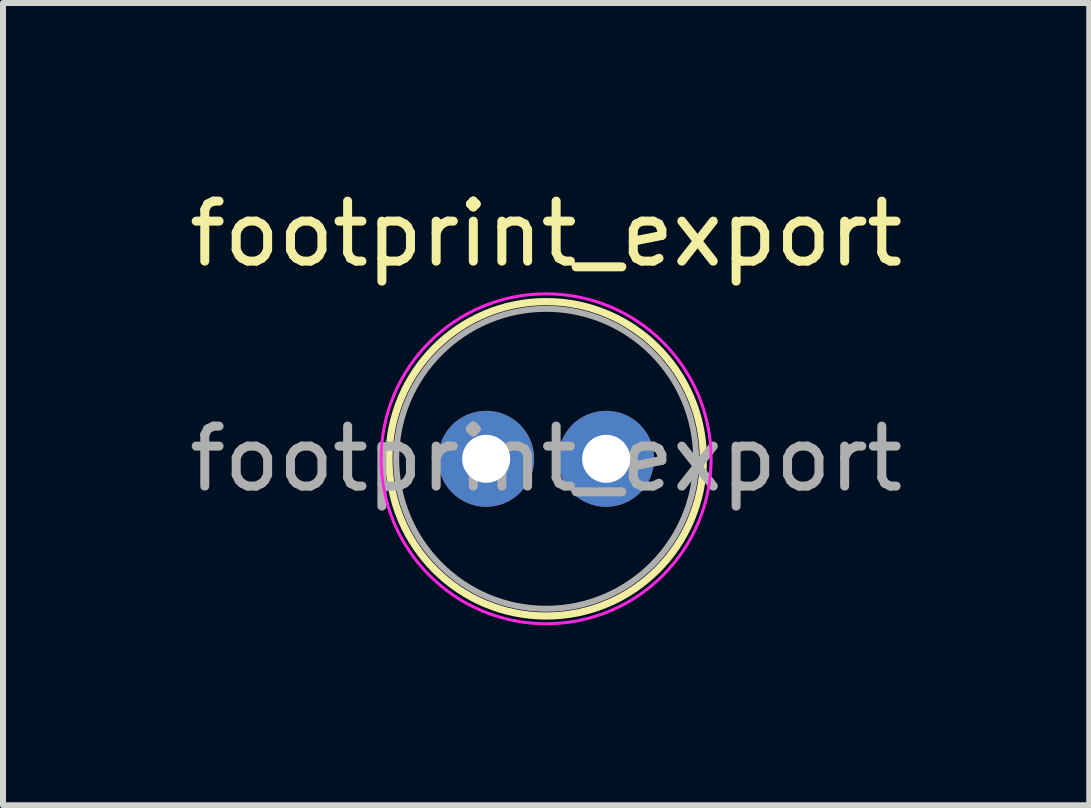
<source format=kicad_pcb>
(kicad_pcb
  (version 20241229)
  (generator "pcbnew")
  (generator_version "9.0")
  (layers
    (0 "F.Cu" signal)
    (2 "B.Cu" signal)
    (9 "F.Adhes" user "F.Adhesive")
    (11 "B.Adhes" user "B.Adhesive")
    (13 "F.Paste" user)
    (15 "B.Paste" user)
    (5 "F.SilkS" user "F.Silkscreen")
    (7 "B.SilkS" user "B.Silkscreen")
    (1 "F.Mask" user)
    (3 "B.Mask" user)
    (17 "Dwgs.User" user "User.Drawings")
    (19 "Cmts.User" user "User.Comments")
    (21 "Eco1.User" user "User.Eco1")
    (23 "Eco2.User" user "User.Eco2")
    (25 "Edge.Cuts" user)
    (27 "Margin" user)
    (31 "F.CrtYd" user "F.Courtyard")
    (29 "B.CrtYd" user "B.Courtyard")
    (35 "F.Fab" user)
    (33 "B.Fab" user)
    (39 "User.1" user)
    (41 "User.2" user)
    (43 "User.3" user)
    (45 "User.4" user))
  (footprint "footprint_export"
    (layer "F.Cu")
    (at 5.054 4.598)
    (property "Reference" "footprint_export" (at 1 -3.75 0) (layer "F.SilkS") (effects (font (size 1 1) (thickness 0.15))))
    (attr through_hole)
    (fp_circle (center 1 0) (end 3.62 0) (stroke (width 0.12) (type solid)) (fill no) (layer "F.SilkS"))
    (fp_circle (center 1 0) (end 3.75 0) (stroke (width 0.05) (type solid)) (fill no) (layer "F.CrtYd"))
    (fp_circle (center 1 0) (end 3.5 0) (stroke (width 0.1) (type solid)) (fill no) (layer "F.Fab"))
    (fp_text user "${REFERENCE}" (at 1 0 0) (layer "F.Fab") (effects (font (size 1 1) (thickness 0.15))))
    (pad "1" thru_hole circle (at 0 0) (size 1.6 1.6) (drill 0.8) (layers "*.Cu" "*.Mask"))
    (pad "2" thru_hole circle (at 2 0) (size 1.6 1.6) (drill 0.8) (layers "*.Cu" "*.Mask")))
  (gr_rect
    (start -3 -3)
    (end 15.107 10.373)
    (stroke (width 0.1) (type default))
    (fill no)
    (layer "Edge.Cuts")))
</source>
